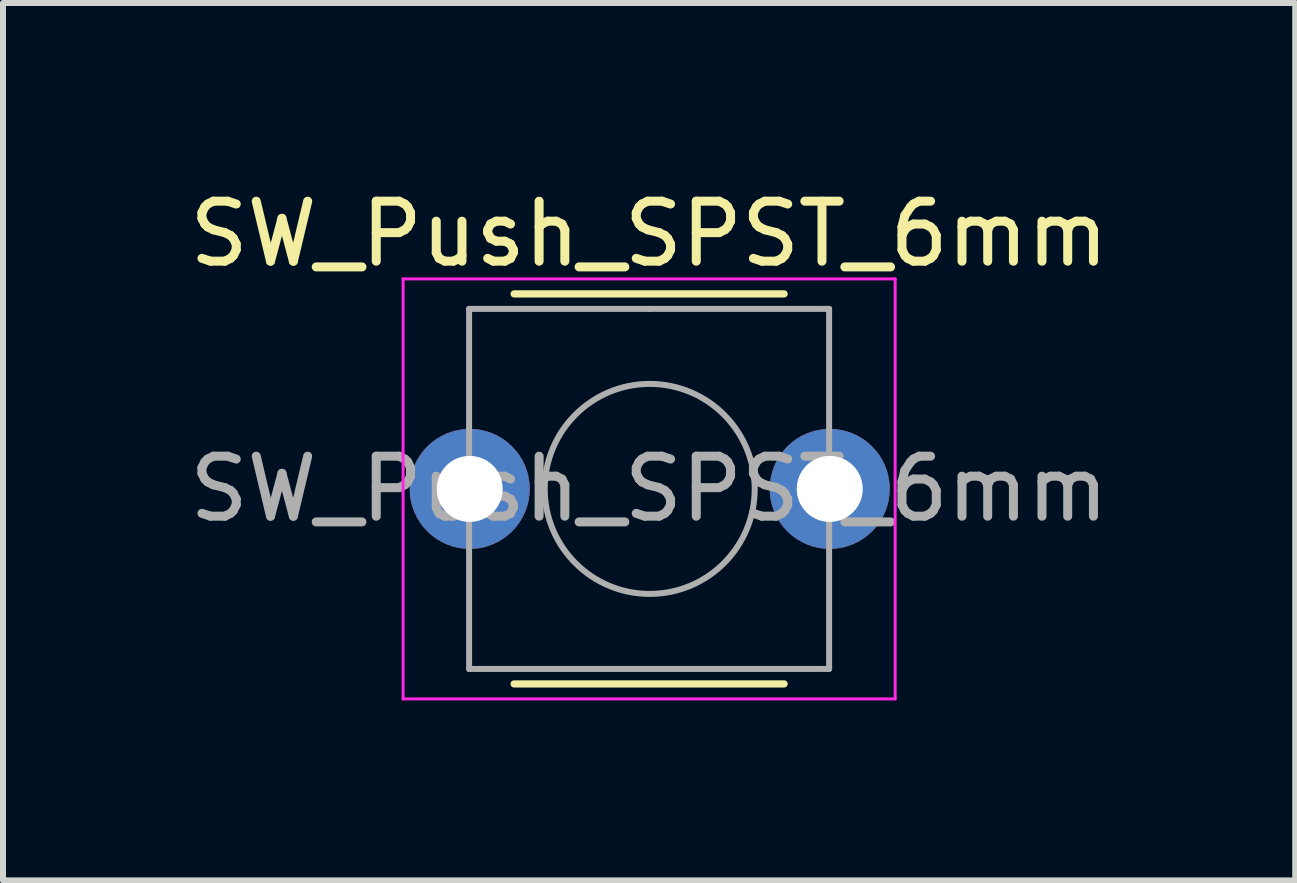
<source format=kicad_pcb>
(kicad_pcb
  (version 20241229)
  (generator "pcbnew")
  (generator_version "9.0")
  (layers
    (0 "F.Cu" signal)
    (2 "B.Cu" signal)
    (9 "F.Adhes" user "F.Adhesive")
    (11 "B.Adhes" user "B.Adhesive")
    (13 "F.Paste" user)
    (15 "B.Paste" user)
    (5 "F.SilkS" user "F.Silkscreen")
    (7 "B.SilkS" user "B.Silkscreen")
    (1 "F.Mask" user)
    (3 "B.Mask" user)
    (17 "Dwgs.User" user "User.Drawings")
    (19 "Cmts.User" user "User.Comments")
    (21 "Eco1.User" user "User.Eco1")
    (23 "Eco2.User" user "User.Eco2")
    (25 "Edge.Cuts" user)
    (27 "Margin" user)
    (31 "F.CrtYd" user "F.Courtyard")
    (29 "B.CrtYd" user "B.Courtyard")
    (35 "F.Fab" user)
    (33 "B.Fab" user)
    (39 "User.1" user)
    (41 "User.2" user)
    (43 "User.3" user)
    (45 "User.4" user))
  (footprint "SW_Push_SPST_6mm"
    (layer "F.Cu")
    (at 4.518 2.848)
    (property "Reference" "SW_Push_SPST_6mm" (at 3.25 -2 0) (layer "F.SilkS") (effects (font (size 1 1) (thickness 0.15))))
    (attr through_hole)
    (fp_line (start 1 5.5) (end 5.5 5.5) (stroke (width 0.12) (type solid)) (layer "F.SilkS"))
    (fp_line (start 5.5 -1) (end 1 -1) (stroke (width 0.12) (type solid)) (layer "F.SilkS"))
    (fp_line (start -0.85 -1.25) (end 7.35 -1.25) (stroke (width 0.05) (type solid)) (layer "F.CrtYd"))
    (fp_line (start -0.85 5.75) (end -0.85 -1.25) (stroke (width 0.05) (type solid)) (layer "F.CrtYd"))
    (fp_line (start 7.35 -1.25) (end 7.35 5.75) (stroke (width 0.05) (type solid)) (layer "F.CrtYd"))
    (fp_line (start 7.35 5.75) (end -0.85 5.75) (stroke (width 0.05) (type solid)) (layer "F.CrtYd"))
    (fp_line (start 0.25 -0.75) (end 3.25 -0.75) (stroke (width 0.1) (type solid)) (layer "F.Fab"))
    (fp_line (start 0.25 5.25) (end 0.25 -0.75) (stroke (width 0.1) (type solid)) (layer "F.Fab"))
    (fp_line (start 3.25 -0.75) (end 6.25 -0.75) (stroke (width 0.1) (type solid)) (layer "F.Fab"))
    (fp_line (start 6.25 -0.75) (end 6.25 5.25) (stroke (width 0.1) (type solid)) (layer "F.Fab"))
    (fp_line (start 6.25 5.25) (end 0.25 5.25) (stroke (width 0.1) (type solid)) (layer "F.Fab"))
    (fp_circle (center 3.26 2.25) (end 5.01 2.25) (stroke (width 0.1) (type solid)) (fill no) (layer "F.Fab"))
    (fp_text user "${REFERENCE}" (at 3.25 2.25 0) (layer "F.Fab") (effects (font (size 1 1) (thickness 0.15))))
    (pad "1" thru_hole circle (at 0.26 2.25 90) (size 2 2) (drill 1.1) (layers "*.Cu" "*.Mask"))
    (pad "2" thru_hole circle (at 6.26 2.25 90) (size 2 2) (drill 1.1) (layers "*.Cu" "*.Mask")))
  (gr_rect
    (start -3 -3)
    (end 18.536 11.623)
    (stroke (width 0.1) (type default))
    (fill no)
    (layer "Edge.Cuts")))
</source>
